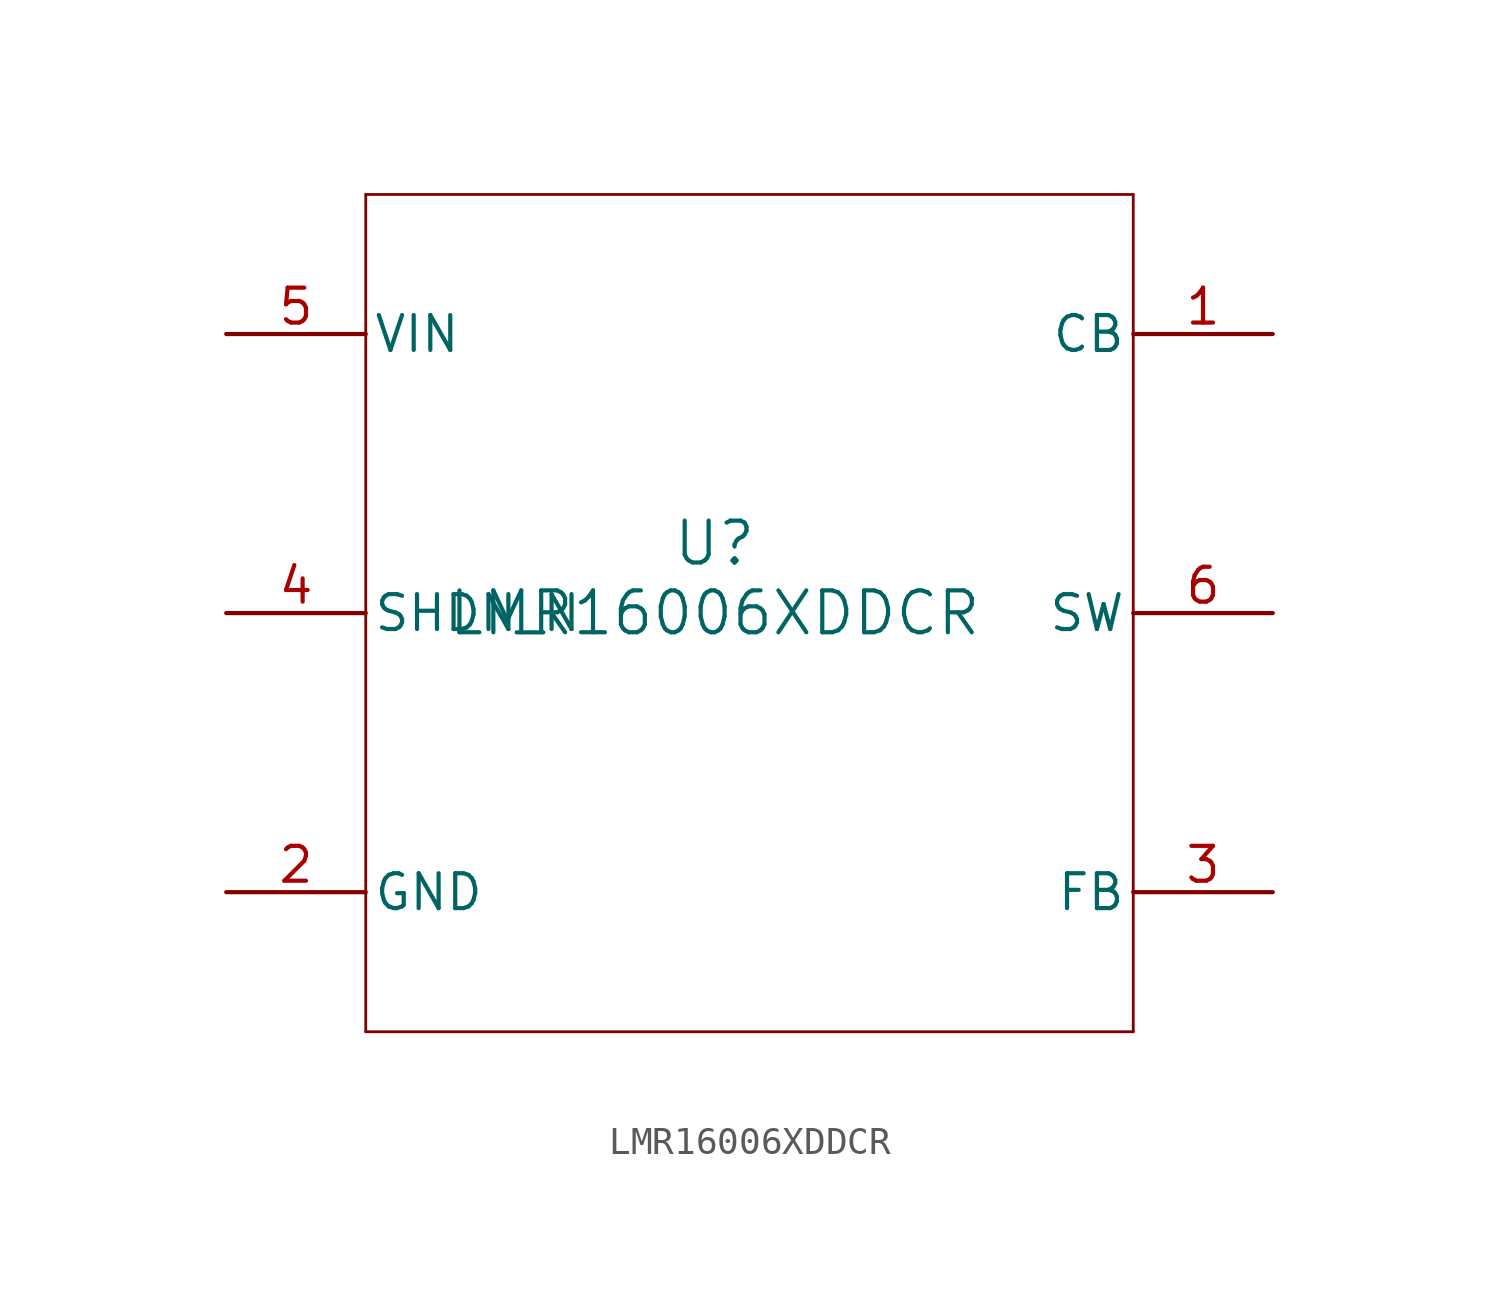
<source format=kicad_sym>
(kicad_symbol_lib
  (version 20211014)
  (generator kicad_symbol_editor)
  (symbol "LMR16006XDDCR"
    (pin_names
      (offset 0.254))
    (property "Reference" "U"
      (at 0 2.54 0)
      (effects (font (size 1.524 1.524))))
    (property "Value" "LMR16006XDDCR"
      (at 0 0 0)
      (effects (font (size 1.524 1.524))))
    (symbol "LMR16006XDDCR_0_1"
      (polyline (pts (xy -12.7 -15.24) (xy 15.24 -15.24)) (stroke (width 0.102) (type default) (color 0 0 0 0)) (fill (type none)))
      (polyline (pts (xy 15.24 -15.24) (xy 15.24 15.24)) (stroke (width 0.102) (type default) (color 0 0 0 0)) (fill (type none)))
      (polyline (pts (xy 15.24 15.24) (xy -12.7 15.24)) (stroke (width 0.102) (type default) (color 0 0 0 0)) (fill (type none)))
      (polyline (pts (xy -12.7 15.24) (xy -12.7 -15.24)) (stroke (width 0.102) (type default) (color 0 0 0 0)) (fill (type none)))
      (pin output line (at 20.32 10.16 180) (length 5.08) (name "CB" (effects (font (size 1.27 1.27)))) (number "1" (effects (font (size 1.27 1.27)))))
      (pin power_in line (at -17.78 10.16 0) (length 5.08) (name "VIN" (effects (font (size 1.27 1.27)))) (number "5" (effects (font (size 1.27 1.27)))))
      (pin power_in line (at -17.78 -10.16 0) (length 5.08) (name "GND" (effects (font (size 1.27 1.27)))) (number "2" (effects (font (size 1.27 1.27)))))
      (pin input line (at -17.78 0 0) (length 5.08) (name "SHDN_N" (effects (font (size 1.27 1.27)))) (number "4" (effects (font (size 1.27 1.27)))))
      (pin input line (at 20.32 -10.16 180) (length 5.08) (name "FB" (effects (font (size 1.27 1.27)))) (number "3" (effects (font (size 1.27 1.27)))))
      (pin power_in line (at 20.32 0 180) (length 5.08) (name "SW" (effects (font (size 1.27 1.27)))) (number "6" (effects (font (size 1.27 1.27))))))))
</source>
